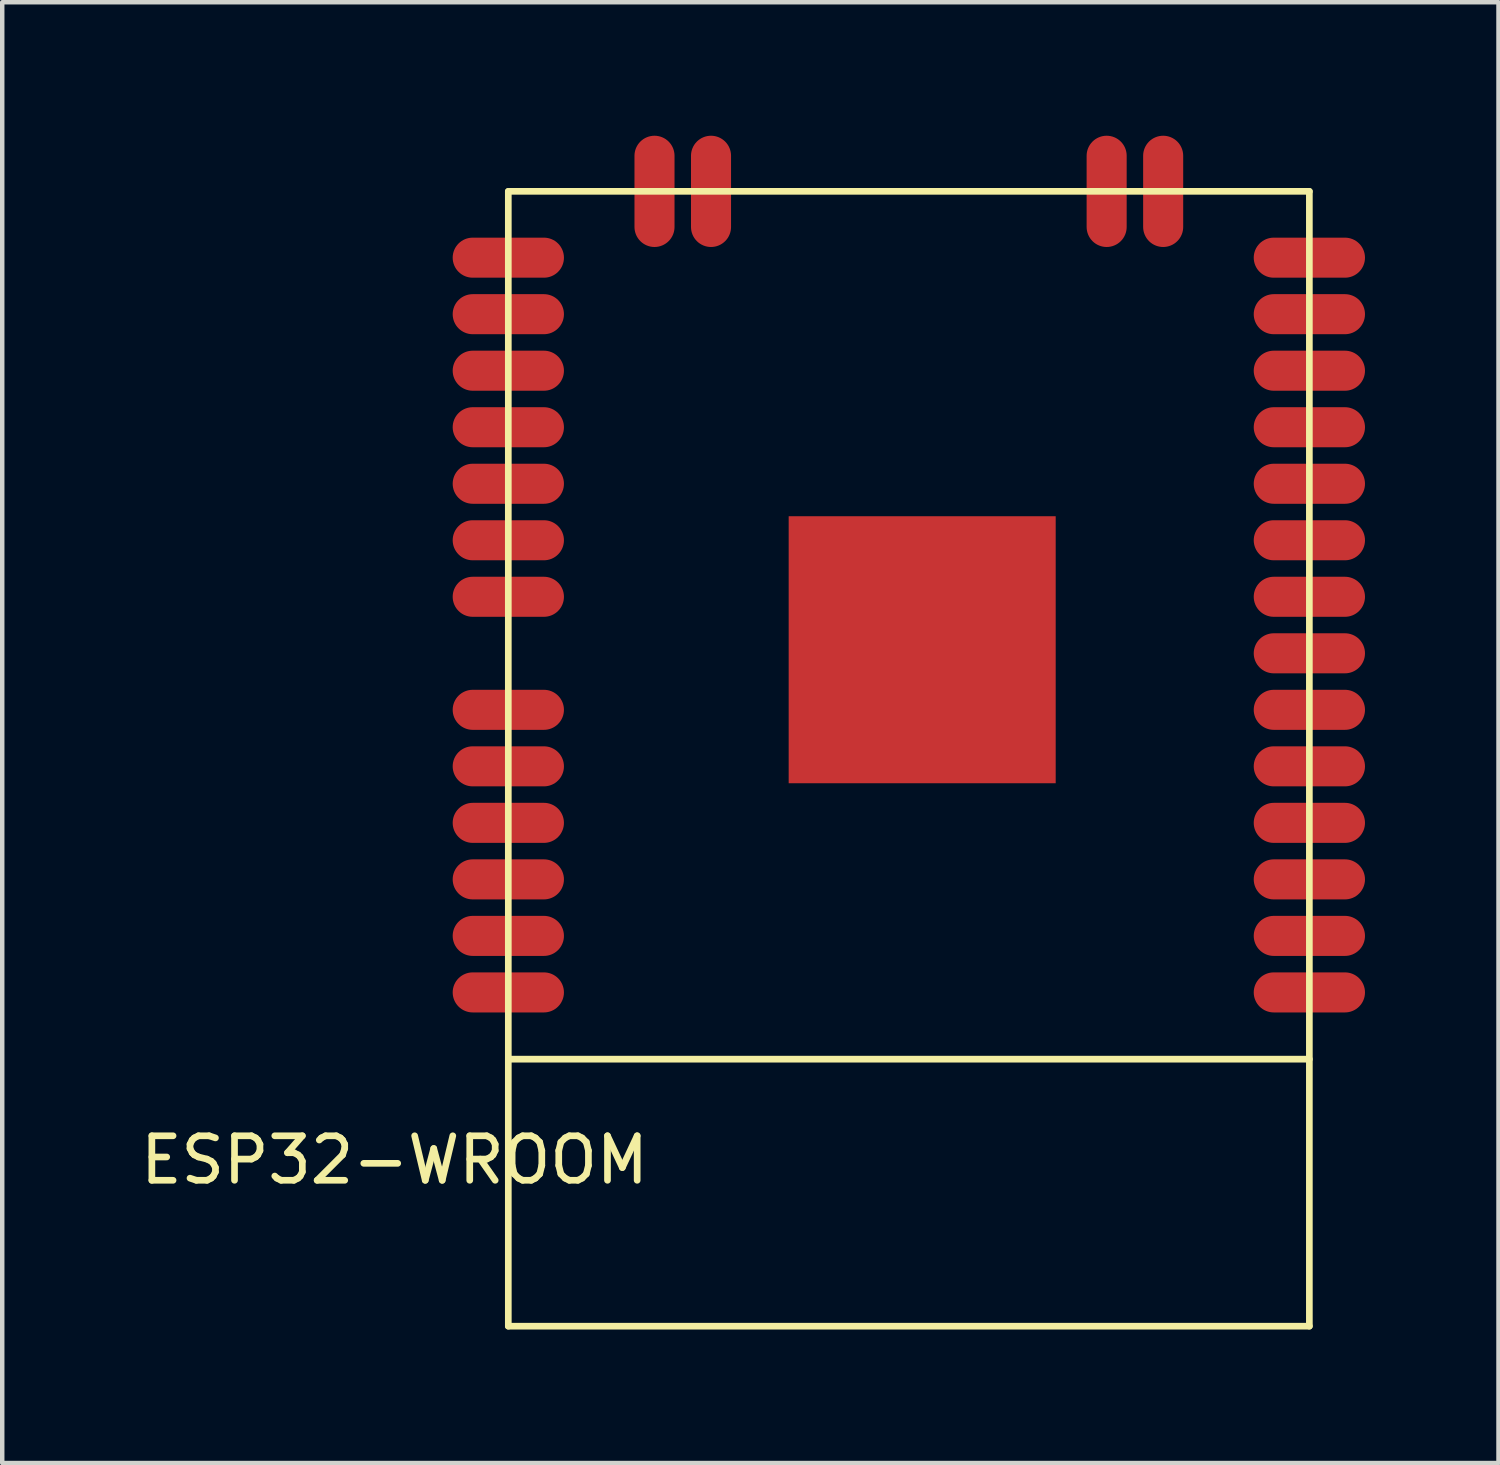
<source format=kicad_pcb>
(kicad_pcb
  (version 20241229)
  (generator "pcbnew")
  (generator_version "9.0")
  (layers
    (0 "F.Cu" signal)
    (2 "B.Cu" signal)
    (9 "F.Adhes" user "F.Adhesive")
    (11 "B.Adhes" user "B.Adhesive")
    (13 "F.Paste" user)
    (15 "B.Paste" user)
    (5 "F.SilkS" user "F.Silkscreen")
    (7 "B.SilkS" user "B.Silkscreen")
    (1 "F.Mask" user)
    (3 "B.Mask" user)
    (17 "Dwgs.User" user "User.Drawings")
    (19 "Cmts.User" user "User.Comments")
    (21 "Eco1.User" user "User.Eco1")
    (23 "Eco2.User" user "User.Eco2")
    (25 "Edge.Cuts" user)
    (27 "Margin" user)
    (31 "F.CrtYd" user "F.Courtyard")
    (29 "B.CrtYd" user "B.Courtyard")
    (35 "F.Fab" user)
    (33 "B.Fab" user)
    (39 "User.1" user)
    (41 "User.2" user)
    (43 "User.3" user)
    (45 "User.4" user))
  (footprint "ESP32-WROOM"
    (layer "F.Cu")
    (at 17.372 14)
    (property "Reference" "ESP32-WROOM" (at -11.557 9.017 0) (layer "F.SilkS") (effects (font (size 1 1) (thickness 0.15))))
    (attr through_hole)
    (fp_line (start -9 -12.75) (end 9 -12.75) (stroke (width 0.15) (type solid)) (layer "F.SilkS"))
    (fp_line (start -9 6.75) (end 9 6.75) (stroke (width 0.15) (type solid)) (layer "F.SilkS"))
    (fp_line (start -9 12.75) (end -9 -12.75) (stroke (width 0.15) (type solid)) (layer "F.SilkS"))
    (fp_line (start -9 12.75) (end 9 12.75) (stroke (width 0.15) (type solid)) (layer "F.SilkS"))
    (fp_line (start 9 12.75) (end 9 -12.75) (stroke (width 0.15) (type solid)) (layer "F.SilkS"))
    (pad "1" smd oval (at 9 5.25) (size 2.5 0.9) (layers "F.Cu" "F.Mask" "F.Paste"))
    (pad "2" smd oval (at 9 3.98) (size 2.5 0.9) (layers "F.Cu" "F.Mask" "F.Paste"))
    (pad "3" smd oval (at 9 2.71) (size 2.5 0.9) (layers "F.Cu" "F.Mask" "F.Paste"))
    (pad "4" smd oval (at 9 1.44) (size 2.5 0.9) (layers "F.Cu" "F.Mask" "F.Paste"))
    (pad "5" smd oval (at 9 0.17) (size 2.5 0.9) (layers "F.Cu" "F.Mask" "F.Paste"))
    (pad "6" smd oval (at 9 -1.1) (size 2.5 0.9) (layers "F.Cu" "F.Mask" "F.Paste"))
    (pad "7" smd oval (at 9 -2.37) (size 2.5 0.9) (layers "F.Cu" "F.Mask" "F.Paste"))
    (pad "8" smd oval (at 9 -3.64) (size 2.5 0.9) (layers "F.Cu" "F.Mask" "F.Paste"))
    (pad "9" smd oval (at 9 -4.91) (size 2.5 0.9) (layers "F.Cu" "F.Mask" "F.Paste"))
    (pad "10" smd oval (at 9 -6.18) (size 2.5 0.9) (layers "F.Cu" "F.Mask" "F.Paste"))
    (pad "11" smd oval (at 9 -7.45) (size 2.5 0.9) (layers "F.Cu" "F.Mask" "F.Paste"))
    (pad "12" smd oval (at 9 -8.72) (size 2.5 0.9) (layers "F.Cu" "F.Mask" "F.Paste"))
    (pad "13" smd oval (at 9 -9.99) (size 2.5 0.9) (layers "F.Cu" "F.Mask" "F.Paste"))
    (pad "14" smd oval (at 9 -11.26) (size 2.5 0.9) (layers "F.Cu" "F.Mask" "F.Paste"))
    (pad "15" smd oval (at 5.715 -12.75) (size 0.9 2.5) (layers "F.Cu" "F.Mask" "F.Paste"))
    (pad "16" smd oval (at 4.445 -12.75) (size 0.9 2.5) (layers "F.Cu" "F.Mask" "F.Paste"))
    (pad "23" smd oval (at -4.445 -12.75) (size 0.9 2.5) (layers "F.Cu" "F.Mask" "F.Paste"))
    (pad "24" smd oval (at -5.715 -12.75) (size 0.9 2.5) (layers "F.Cu" "F.Mask" "F.Paste"))
    (pad "25" smd oval (at -9 -11.26) (size 2.5 0.9) (layers "F.Cu" "F.Mask" "F.Paste"))
    (pad "26" smd oval (at -9 -9.99) (size 2.5 0.9) (layers "F.Cu" "F.Mask" "F.Paste"))
    (pad "27" smd oval (at -9 -8.72) (size 2.5 0.9) (layers "F.Cu" "F.Mask" "F.Paste"))
    (pad "28" smd oval (at -9 -7.45) (size 2.5 0.9) (layers "F.Cu" "F.Mask" "F.Paste"))
    (pad "29" smd oval (at -9 -6.18) (size 2.5 0.9) (layers "F.Cu" "F.Mask" "F.Paste"))
    (pad "30" smd oval (at -9 -4.91) (size 2.5 0.9) (layers "F.Cu" "F.Mask" "F.Paste"))
    (pad "31" smd oval (at -9 -3.64) (size 2.5 0.9) (layers "F.Cu" "F.Mask" "F.Paste"))
    (pad "33" smd oval (at -9 -1.1) (size 2.5 0.9) (layers "F.Cu" "F.Mask" "F.Paste"))
    (pad "34" smd oval (at -9 0.17) (size 2.5 0.9) (layers "F.Cu" "F.Mask" "F.Paste"))
    (pad "35" smd oval (at -9 1.44) (size 2.5 0.9) (layers "F.Cu" "F.Mask" "F.Paste"))
    (pad "36" smd oval (at -9 2.71) (size 2.5 0.9) (layers "F.Cu" "F.Mask" "F.Paste"))
    (pad "37" smd oval (at -9 3.98) (size 2.5 0.9) (layers "F.Cu" "F.Mask" "F.Paste"))
    (pad "38" smd oval (at -9 5.25) (size 2.5 0.9) (layers "F.Cu" "F.Mask" "F.Paste"))
    (pad "39" smd rect (at 0.3 -2.45) (size 6 6) (layers "F.Cu" "F.Mask" "F.Paste")))
  (gr_rect
    (start -3 -3)
    (end 30.622 29.825)
    (stroke (width 0.1) (type default))
    (fill no)
    (layer "Edge.Cuts")))
</source>
